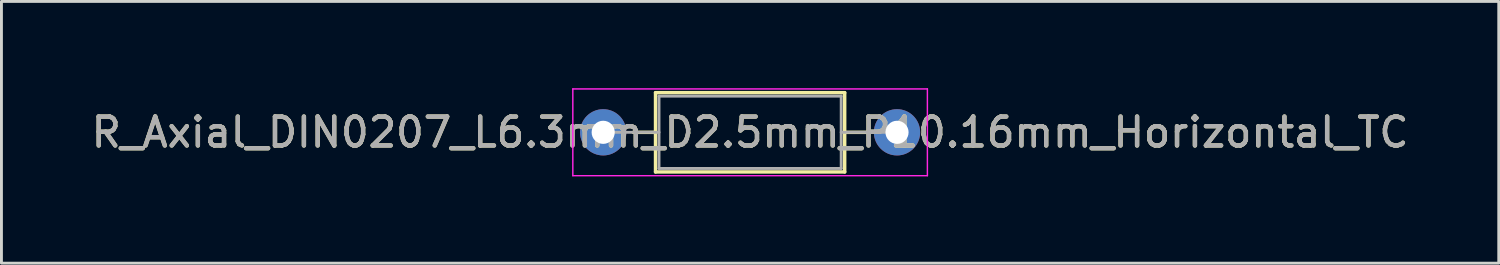
<source format=kicad_pcb>
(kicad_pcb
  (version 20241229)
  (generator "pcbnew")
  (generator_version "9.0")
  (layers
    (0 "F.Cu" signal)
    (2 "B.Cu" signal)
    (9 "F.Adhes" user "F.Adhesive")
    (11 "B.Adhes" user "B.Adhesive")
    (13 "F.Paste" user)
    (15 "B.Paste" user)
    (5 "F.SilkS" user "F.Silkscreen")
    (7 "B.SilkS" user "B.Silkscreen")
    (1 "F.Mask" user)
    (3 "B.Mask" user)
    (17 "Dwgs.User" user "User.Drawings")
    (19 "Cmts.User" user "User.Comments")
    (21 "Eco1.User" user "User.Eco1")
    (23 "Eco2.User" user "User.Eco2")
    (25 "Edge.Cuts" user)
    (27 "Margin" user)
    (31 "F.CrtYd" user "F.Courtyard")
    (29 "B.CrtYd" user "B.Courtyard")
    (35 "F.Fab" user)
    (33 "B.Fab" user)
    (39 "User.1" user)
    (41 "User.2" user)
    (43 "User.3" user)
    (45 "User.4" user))
  (footprint "R_Axial_DIN0207_L6.3mm_D2.5mm_P10.16mm_Horizontal_TC"
    (layer "F.Cu")
    (at 17.807 1.525)
    (property "Reference" "R_Axial_DIN0207_L6.3mm_D2.5mm_P10.16mm_Horizontal_TC" (at 5.08 0 0) (layer "F.SilkS") (effects (font (size 1 1) (thickness 0.15))))
    (attr through_hole)
    (fp_line (start 1.04 0) (end 1.81 0) (stroke (width 0.12) (type solid)) (layer "F.SilkS"))
    (fp_line (start 1.81 -1.37) (end 1.81 1.37) (stroke (width 0.12) (type solid)) (layer "F.SilkS"))
    (fp_line (start 1.81 1.37) (end 8.35 1.37) (stroke (width 0.12) (type solid)) (layer "F.SilkS"))
    (fp_line (start 8.35 -1.37) (end 1.81 -1.37) (stroke (width 0.12) (type solid)) (layer "F.SilkS"))
    (fp_line (start 8.35 1.37) (end 8.35 -1.37) (stroke (width 0.12) (type solid)) (layer "F.SilkS"))
    (fp_line (start 9.12 0) (end 8.35 0) (stroke (width 0.12) (type solid)) (layer "F.SilkS"))
    (fp_line (start -1.05 -1.5) (end -1.05 1.5) (stroke (width 0.05) (type solid)) (layer "F.CrtYd"))
    (fp_line (start -1.05 1.5) (end 11.21 1.5) (stroke (width 0.05) (type solid)) (layer "F.CrtYd"))
    (fp_line (start 11.21 -1.5) (end -1.05 -1.5) (stroke (width 0.05) (type solid)) (layer "F.CrtYd"))
    (fp_line (start 11.21 1.5) (end 11.21 -1.5) (stroke (width 0.05) (type solid)) (layer "F.CrtYd"))
    (fp_line (start 0 0) (end 1.93 0) (stroke (width 0.1) (type solid)) (layer "F.Fab"))
    (fp_line (start 1.93 -1.25) (end 1.93 1.25) (stroke (width 0.1) (type solid)) (layer "F.Fab"))
    (fp_line (start 1.93 1.25) (end 8.23 1.25) (stroke (width 0.1) (type solid)) (layer "F.Fab"))
    (fp_line (start 8.23 -1.25) (end 1.93 -1.25) (stroke (width 0.1) (type solid)) (layer "F.Fab"))
    (fp_line (start 8.23 1.25) (end 8.23 -1.25) (stroke (width 0.1) (type solid)) (layer "F.Fab"))
    (fp_line (start 10.16 0) (end 8.23 0) (stroke (width 0.1) (type solid)) (layer "F.Fab"))
    (fp_text user "${REFERENCE}" (at 5.08 0 0) (layer "F.Fab") (effects (font (size 1 1) (thickness 0.15))))
    (pad "1" thru_hole circle (at 0 0) (size 1.6 1.6) (drill 0.8) (layers "*.Cu" "*.Mask"))
    (pad "2" thru_hole oval (at 10.16 0) (size 1.6 1.6) (drill 0.8) (layers "*.Cu" "*.Mask")))
  (gr_rect
    (start -3 -3)
    (end 48.774 6.05)
    (stroke (width 0.1) (type default))
    (fill no)
    (layer "Edge.Cuts")))
</source>
